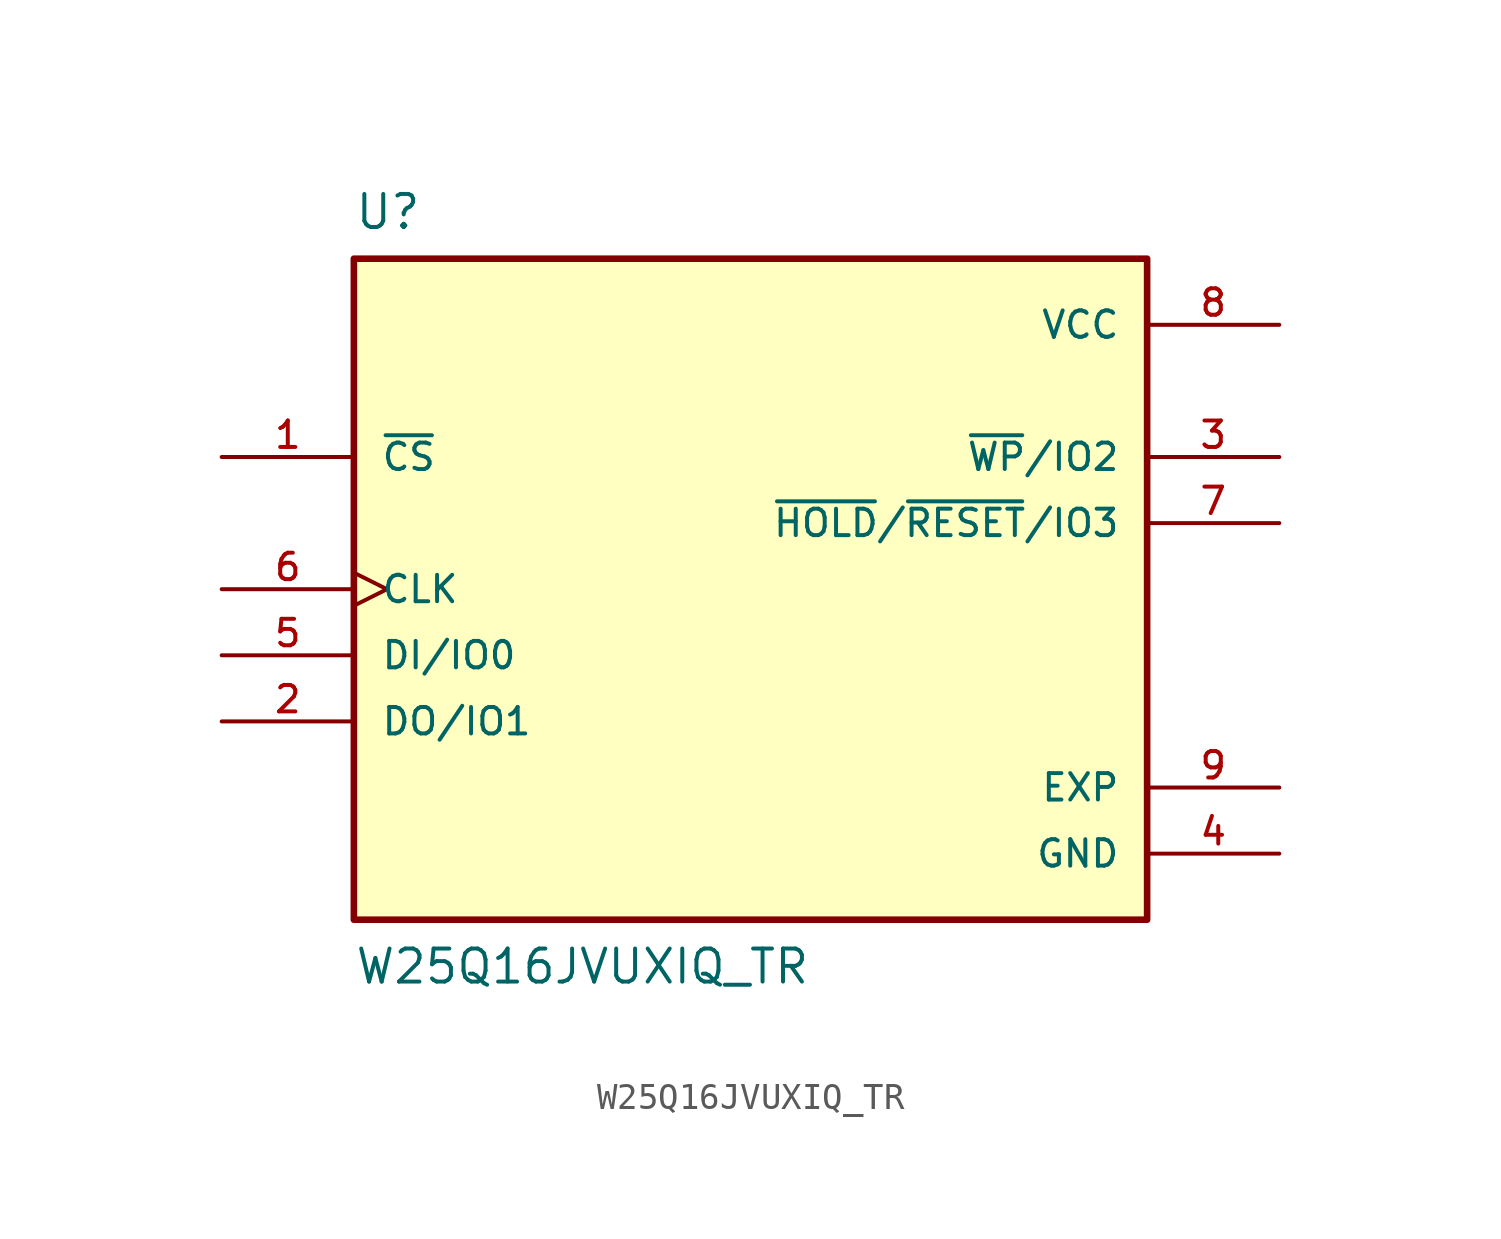
<source format=kicad_sym>
(kicad_symbol_lib
  (version 20211014)
  (generator kicad_symbol_editor)
  (symbol "W25Q16JVUXIQ_TR"
    (pin_names
      (offset 1.016))
    (property "Reference" "U"
      (at -15.24 15.24 0)
      (effects (font (size 1.27 1.27)) (justify top left)))
    (property "Value" "W25Q16JVUXIQ_TR"
      (at -15.24 -15.24 0)
      (effects (font (size 1.27 1.27)) (justify bottom left)))
    (symbol "W25Q16JVUXIQ_TR_0_0"
      (rectangle (start -15.24 -12.7) (end 15.24 12.7) (stroke (width 0.254)) (fill (type background)))
      (pin input line (at -20.32 5.08 0) (length 5.08) (name "~{CS}" (effects (font (size 1.016 1.016)))) (number "1" (effects (font (size 1.016 1.016)))))
      (pin bidirectional line (at -20.32 -5.08 0) (length 5.08) (name "DO/IO1" (effects (font (size 1.016 1.016)))) (number "2" (effects (font (size 1.016 1.016)))))
      (pin bidirectional line (at 20.32 5.08 180.0) (length 5.08) (name "~{WP}/IO2" (effects (font (size 1.016 1.016)))) (number "3" (effects (font (size 1.016 1.016)))))
      (pin power_in line (at 20.32 -10.16 180.0) (length 5.08) (name "GND" (effects (font (size 1.016 1.016)))) (number "4" (effects (font (size 1.016 1.016)))))
      (pin bidirectional line (at -20.32 -2.54 0) (length 5.08) (name "DI/IO0" (effects (font (size 1.016 1.016)))) (number "5" (effects (font (size 1.016 1.016)))))
      (pin input clock (at -20.32 0.0 0) (length 5.08) (name "CLK" (effects (font (size 1.016 1.016)))) (number "6" (effects (font (size 1.016 1.016)))))
      (pin bidirectional line (at 20.32 2.54 180.0) (length 5.08) (name "~{HOLD}/~{RESET}/IO3" (effects (font (size 1.016 1.016)))) (number "7" (effects (font (size 1.016 1.016)))))
      (pin power_in line (at 20.32 10.16 180.0) (length 5.08) (name "VCC" (effects (font (size 1.016 1.016)))) (number "8" (effects (font (size 1.016 1.016)))))
      (pin passive line (at 20.32 -7.62 180.0) (length 5.08) (name "EXP" (effects (font (size 1.016 1.016)))) (number "9" (effects (font (size 1.016 1.016))))))))
</source>
